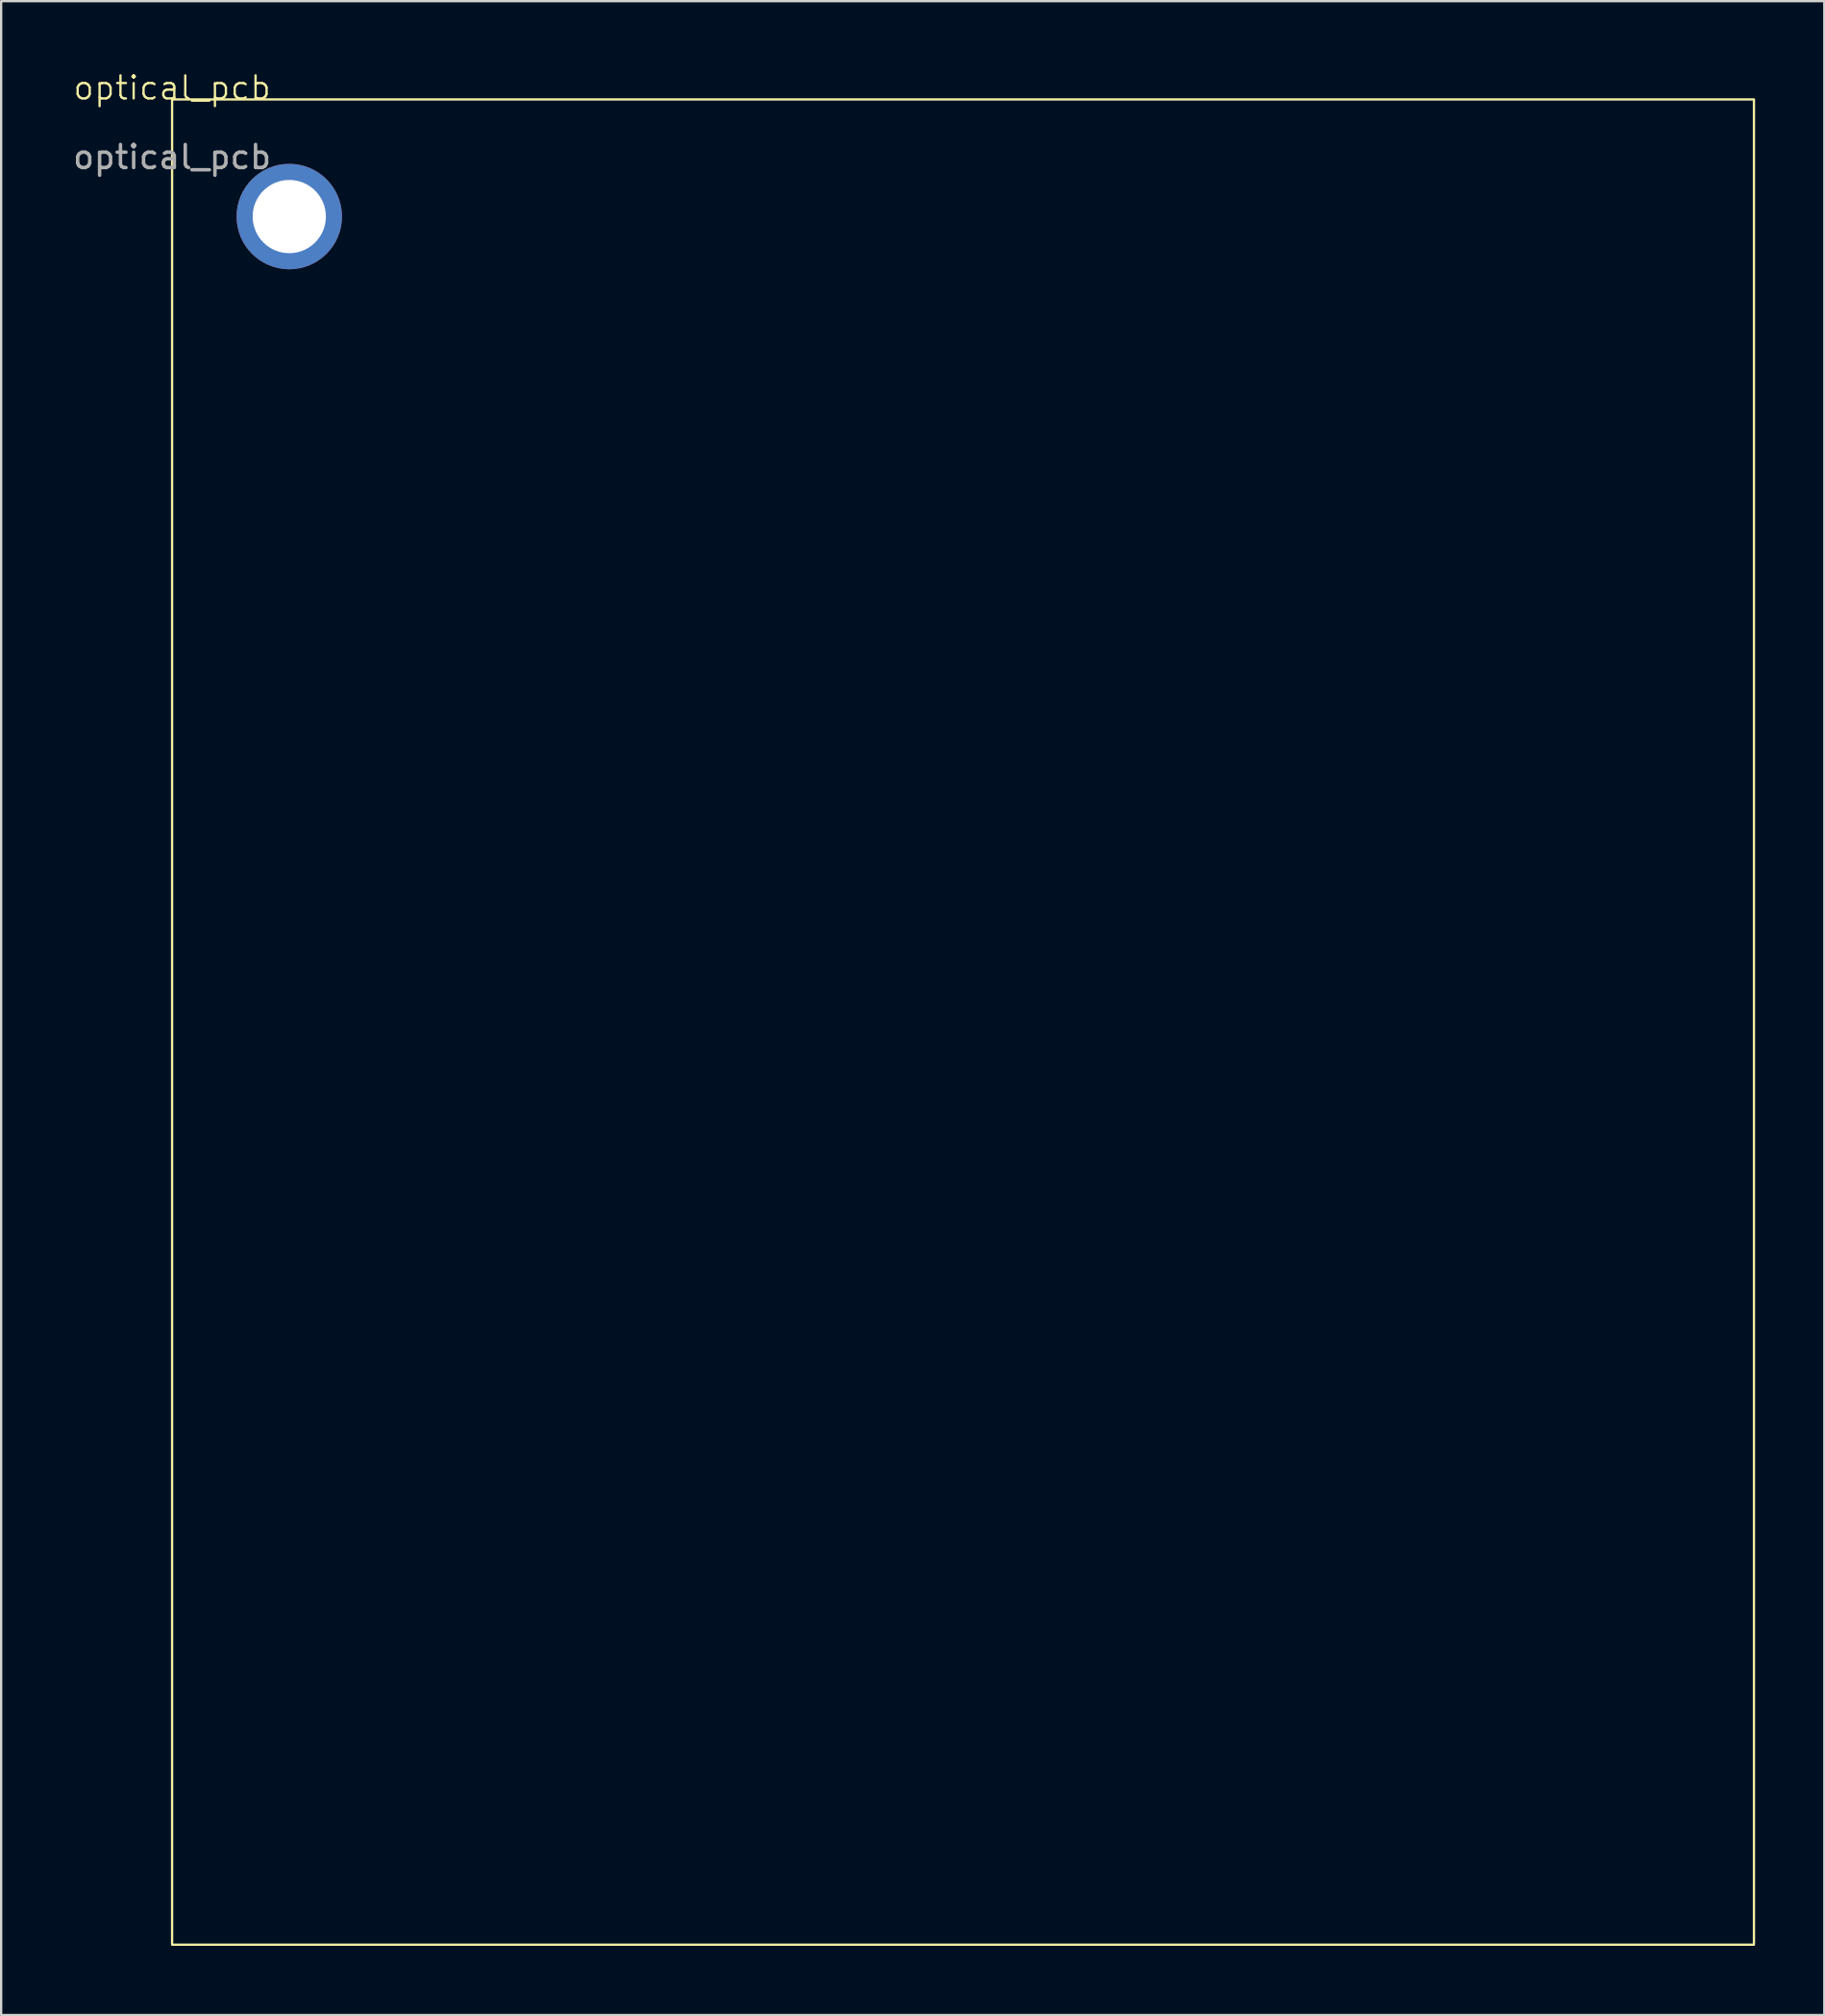
<source format=kicad_pcb>
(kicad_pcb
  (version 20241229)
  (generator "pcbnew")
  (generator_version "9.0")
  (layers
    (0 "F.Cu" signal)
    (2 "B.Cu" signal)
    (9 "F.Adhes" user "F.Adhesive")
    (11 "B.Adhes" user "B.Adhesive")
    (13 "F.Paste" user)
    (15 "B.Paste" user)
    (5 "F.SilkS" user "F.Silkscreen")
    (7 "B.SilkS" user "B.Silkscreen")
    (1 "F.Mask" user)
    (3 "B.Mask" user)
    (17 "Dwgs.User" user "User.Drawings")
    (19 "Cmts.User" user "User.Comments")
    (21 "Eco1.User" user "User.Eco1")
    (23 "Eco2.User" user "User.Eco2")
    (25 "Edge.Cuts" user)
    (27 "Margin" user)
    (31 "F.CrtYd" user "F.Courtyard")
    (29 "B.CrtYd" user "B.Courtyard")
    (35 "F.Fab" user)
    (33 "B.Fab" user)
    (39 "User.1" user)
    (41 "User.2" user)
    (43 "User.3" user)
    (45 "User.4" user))
  (footprint "optical_pcb"
    (layer "F.Cu")
    (at 4.411 1.26)
    (property "Reference" "optical_pcb" (at 0 -0.5 0) (unlocked yes) (layer "F.SilkS") (effects (font (size 1 1) (thickness 0.1))))
    (attr smd)
    (fp_rect (start 0 0) (end 68.58 80.01) (stroke (width 0.1) (type default)) (fill no) (layer "F.SilkS"))
    (fp_rect (start 0 0) (end 68.58 80.01) (stroke (width 0.1) (type default)) (fill no) (layer "User.2"))
    (fp_text user "${REFERENCE}" (at 0 2.5 0) (unlocked yes) (layer "F.Fab") (effects (font (size 1 1) (thickness 0.15))))
    (pad "1" thru_hole circle (at 5.08 5.08) (size 4.572 4.572) (drill 3.175) (layers "*.Cu" "*.Mask")))
  (gr_rect
    (start -3 -3)
    (end 76.041 84.32)
    (stroke (width 0.1) (type default))
    (fill no)
    (layer "Edge.Cuts")))
</source>
